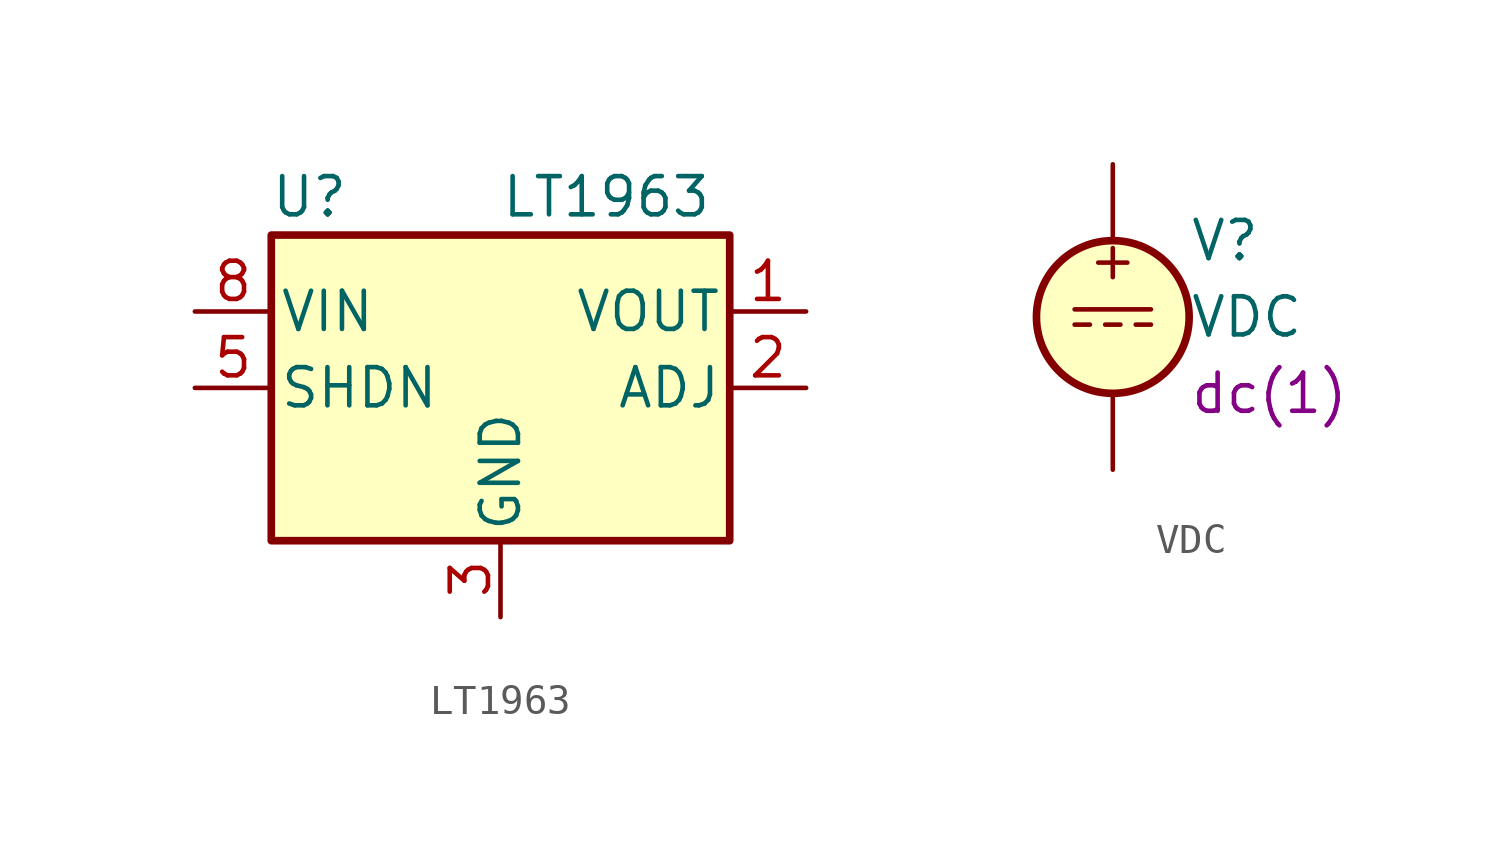
<source format=kicad_sym>
(kicad_symbol_lib
  (version 20231120)
  (generator "kicad_symbol_editor")
  (generator_version "8.0")
  (symbol "LT1963"
    (pin_names
      (offset 0.254))
    (property "Reference" "U"
      (at -6.35 6.35 0)
      (effects (font (size 1.27 1.27))))
    (property "Value" "LT1963"
      (at 0 6.35 0)
      (effects (font (size 1.27 1.27)) (justify left)))
    (symbol "LT1963_0_1"
      (rectangle (start -7.62 5.08) (end 7.62 -5.08) (stroke (width 0.254) (type default)) (fill (type background))))
    (symbol "LT1963_1_1"
      (pin passive line (at 10.16 2.54 180) (length 2.54) (name "VOUT" (effects (font (size 1.27 1.27)))) (number "1" (effects (font (size 1.27 1.27)))))
      (pin passive line (at 10.16 0 180) (length 2.54) (name "ADJ" (effects (font (size 1.27 1.27)))) (number "2" (effects (font (size 1.27 1.27)))))
      (pin passive line (at 0 -7.62 90) (length 2.54) (name "GND" (effects (font (size 1.27 1.27)))) (number "3" (effects (font (size 1.27 1.27)))))
      (pin passive line (at -10.16 0 0) (length 2.54) (name "SHDN" (effects (font (size 1.27 1.27)))) (number "5" (effects (font (size 1.27 1.27)))))
      (pin passive line (at -10.16 2.54 0) (length 2.54) (name "VIN" (effects (font (size 1.27 1.27)))) (number "8" (effects (font (size 1.27 1.27)))))))
  (symbol "VDC"
    (pin_numbers hide)
    (pin_names
      (offset 0.025))
    (property "Reference" "V"
      (at 2.54 2.54 0)
      (effects (font (size 1.27 1.27)) (justify left)))
    (property "Value" "VDC"
      (at 2.54 0 0)
      (effects (font (size 1.27 1.27)) (justify left)))
    (property "Spice_Model" "dc(1)"
      (at 2.54 -2.54 0)
      (effects (font (size 1.27 1.27)) (justify left)))
    (symbol "VDC_0_0"
      (polyline (pts (xy -1.27 0.254) (xy 1.27 0.254)) (stroke (width 0) (type default)) (fill (type none)))
      (polyline (pts (xy -0.762 -0.254) (xy -1.27 -0.254)) (stroke (width 0) (type default)) (fill (type none)))
      (polyline (pts (xy 0.254 -0.254) (xy -0.254 -0.254)) (stroke (width 0) (type default)) (fill (type none)))
      (polyline (pts (xy 1.27 -0.254) (xy 0.762 -0.254)) (stroke (width 0) (type default)) (fill (type none)))
      (text "+" (at 0 1.905 0) (effects (font (size 1.27 1.27)))))
    (symbol "VDC_0_1"
      (circle (center 0 0) (radius 2.54) (stroke (width 0.254) (type default)) (fill (type background))))
    (symbol "VDC_1_1"
      (pin passive line (at 0 5.08 270) (length 2.54) (name "~" (effects (font (size 1.27 1.27)))) (number "1" (effects (font (size 1.27 1.27)))))
      (pin passive line (at 0 -5.08 90) (length 2.54) (name "~" (effects (font (size 1.27 1.27)))) (number "2" (effects (font (size 1.27 1.27))))))))
</source>
